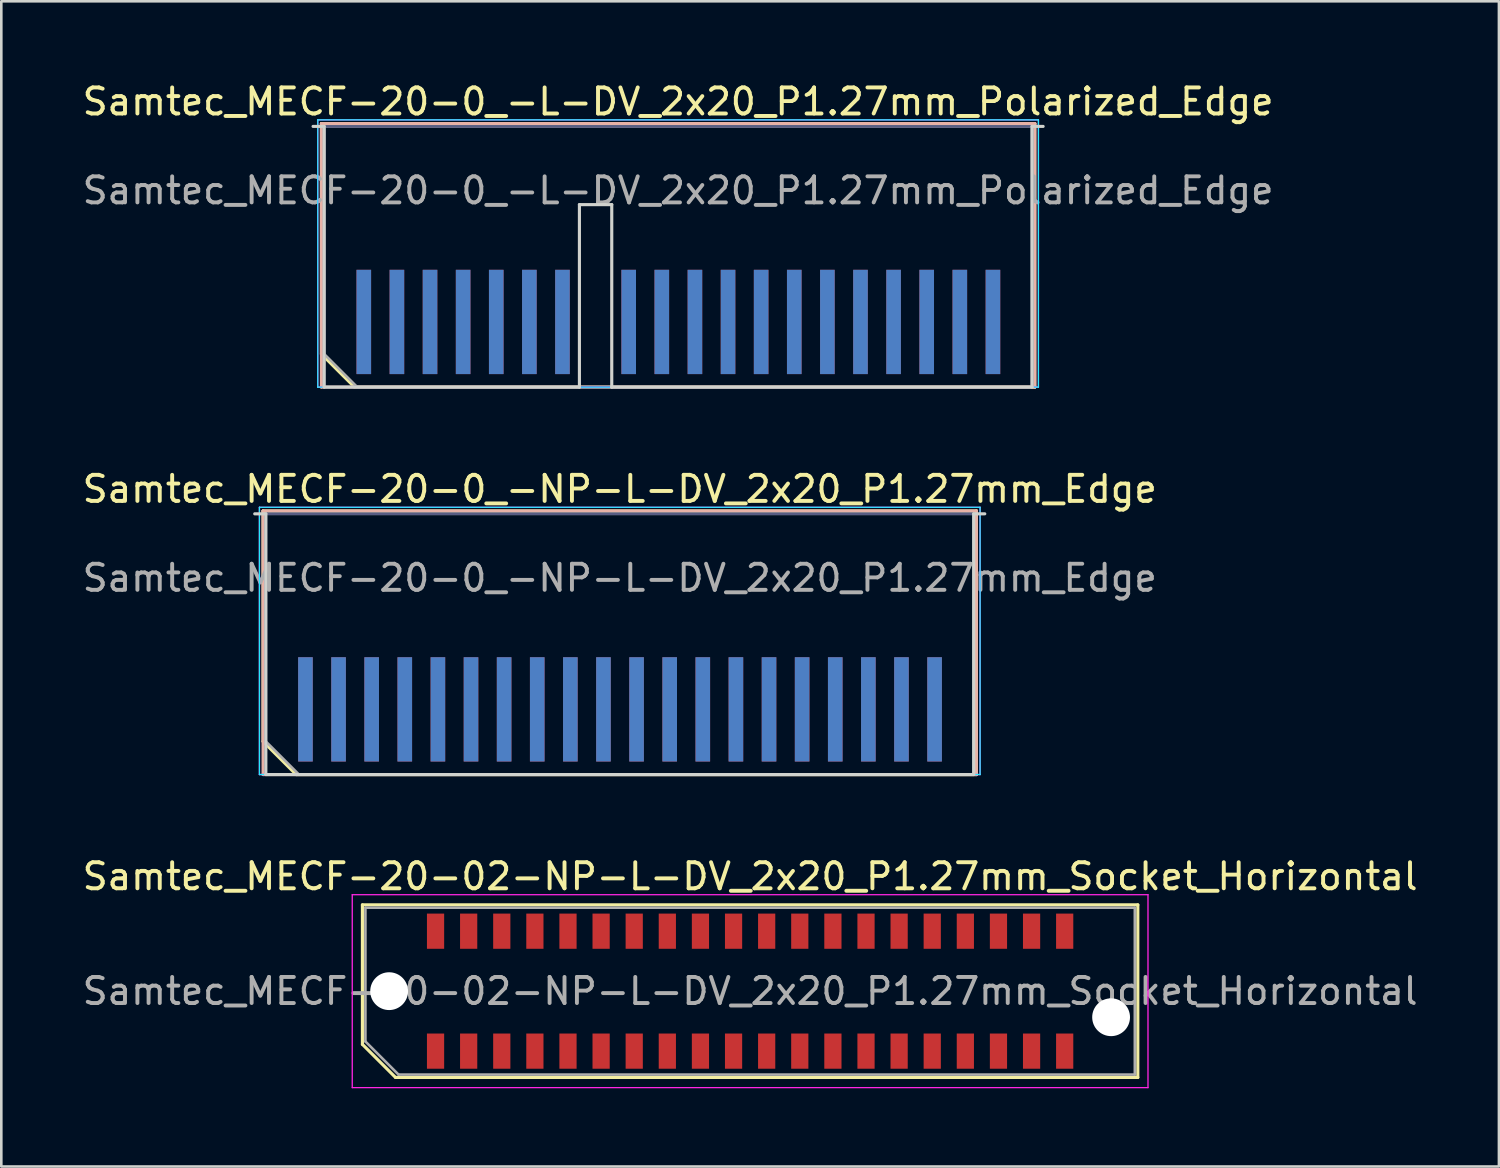
<source format=kicad_pcb>
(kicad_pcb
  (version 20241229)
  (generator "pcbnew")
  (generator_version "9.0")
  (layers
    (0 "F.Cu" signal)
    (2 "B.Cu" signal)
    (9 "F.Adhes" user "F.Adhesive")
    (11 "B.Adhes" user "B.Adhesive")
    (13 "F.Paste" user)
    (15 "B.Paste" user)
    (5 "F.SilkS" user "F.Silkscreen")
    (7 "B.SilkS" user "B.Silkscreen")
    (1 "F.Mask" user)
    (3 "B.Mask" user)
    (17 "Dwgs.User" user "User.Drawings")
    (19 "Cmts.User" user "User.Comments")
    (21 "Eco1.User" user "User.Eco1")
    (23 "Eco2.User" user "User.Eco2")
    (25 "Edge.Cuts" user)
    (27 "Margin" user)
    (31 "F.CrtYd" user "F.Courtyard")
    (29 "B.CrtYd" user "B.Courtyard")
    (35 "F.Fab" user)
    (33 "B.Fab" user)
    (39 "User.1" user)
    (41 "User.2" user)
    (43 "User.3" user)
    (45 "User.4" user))
  (footprint "Samtec_MECF-20-02-NP-L-DV_2x20_P1.27mm_Socket_Horizontal"
    (layer "F.Cu")
    (at 25.72 34.965)
    (property "Reference" "Samtec_MECF-20-02-NP-L-DV_2x20_P1.27mm_Socket_Horizontal" (at 0 -4.4 0) (layer "F.SilkS") (effects (font (size 1 1) (thickness 0.15))))
    (attr smd)
    (fp_line (start -14.87 -3.31) (end 14.87 -3.31) (stroke (width 0.12) (type solid)) (layer "F.SilkS"))
    (fp_line (start -14.87 2.04) (end -14.87 -3.31) (stroke (width 0.12) (type solid)) (layer "F.SilkS"))
    (fp_line (start -13.6 3.31) (end -14.87 2.04) (stroke (width 0.12) (type solid)) (layer "F.SilkS"))
    (fp_line (start -13.6 3.31) (end 14.87 3.31) (stroke (width 0.12) (type solid)) (layer "F.SilkS"))
    (fp_line (start 14.87 3.31) (end 14.87 -3.31) (stroke (width 0.12) (type solid)) (layer "F.SilkS"))
    (fp_line (start -15.26 -3.7) (end -15.26 3.7) (stroke (width 0.05) (type solid)) (layer "F.CrtYd"))
    (fp_line (start -15.26 3.7) (end 15.26 3.7) (stroke (width 0.05) (type solid)) (layer "F.CrtYd"))
    (fp_line (start 15.26 -3.7) (end -15.26 -3.7) (stroke (width 0.05) (type solid)) (layer "F.CrtYd"))
    (fp_line (start 15.26 3.7) (end 15.26 -3.7) (stroke (width 0.05) (type solid)) (layer "F.CrtYd"))
    (fp_line (start -14.755 -3.2) (end 14.755 -3.2) (stroke (width 0.1) (type solid)) (layer "F.Fab"))
    (fp_line (start -14.755 1.93) (end -14.755 -3.2) (stroke (width 0.1) (type solid)) (layer "F.Fab"))
    (fp_line (start -14.755 1.93) (end -13.485 3.2) (stroke (width 0.1) (type solid)) (layer "F.Fab"))
    (fp_line (start -13.485 3.2) (end 14.755 3.2) (stroke (width 0.1) (type solid)) (layer "F.Fab"))
    (fp_line (start 14.755 3.2) (end 14.755 -3.2) (stroke (width 0.1) (type solid)) (layer "F.Fab"))
    (fp_text user "${REFERENCE}" (at 0 0 0) (layer "F.Fab") (effects (font (size 1 1) (thickness 0.15))))
    (pad "" np_thru_hole circle (at -13.845 0) (size 1.45 1.45) (drill 1.45) (layers "*.Cu" "*.Mask"))
    (pad "" np_thru_hole circle (at 13.845 1) (size 1.45 1.45) (drill 1.45) (layers "*.Cu" "*.Mask"))
    (pad "1" smd rect (at -12.065 2.3) (size 0.66 1.35) (layers "F.Cu" "F.Mask" "F.Paste"))
    (pad "2" smd rect (at -12.065 -2.3) (size 0.66 1.35) (layers "F.Cu" "F.Mask" "F.Paste"))
    (pad "3" smd rect (at -10.795 2.3) (size 0.66 1.35) (layers "F.Cu" "F.Mask" "F.Paste"))
    (pad "4" smd rect (at -10.795 -2.3) (size 0.66 1.35) (layers "F.Cu" "F.Mask" "F.Paste"))
    (pad "5" smd rect (at -9.525 2.3) (size 0.66 1.35) (layers "F.Cu" "F.Mask" "F.Paste"))
    (pad "6" smd rect (at -9.525 -2.3) (size 0.66 1.35) (layers "F.Cu" "F.Mask" "F.Paste"))
    (pad "7" smd rect (at -8.255 2.3) (size 0.66 1.35) (layers "F.Cu" "F.Mask" "F.Paste"))
    (pad "8" smd rect (at -8.255 -2.3) (size 0.66 1.35) (layers "F.Cu" "F.Mask" "F.Paste"))
    (pad "9" smd rect (at -6.985 2.3) (size 0.66 1.35) (layers "F.Cu" "F.Mask" "F.Paste"))
    (pad "10" smd rect (at -6.985 -2.3) (size 0.66 1.35) (layers "F.Cu" "F.Mask" "F.Paste"))
    (pad "11" smd rect (at -5.715 2.3) (size 0.66 1.35) (layers "F.Cu" "F.Mask" "F.Paste"))
    (pad "12" smd rect (at -5.715 -2.3) (size 0.66 1.35) (layers "F.Cu" "F.Mask" "F.Paste"))
    (pad "13" smd rect (at -4.445 2.3) (size 0.66 1.35) (layers "F.Cu" "F.Mask" "F.Paste"))
    (pad "14" smd rect (at -4.445 -2.3) (size 0.66 1.35) (layers "F.Cu" "F.Mask" "F.Paste"))
    (pad "15" smd rect (at -3.175 2.3) (size 0.66 1.35) (layers "F.Cu" "F.Mask" "F.Paste"))
    (pad "16" smd rect (at -3.175 -2.3) (size 0.66 1.35) (layers "F.Cu" "F.Mask" "F.Paste"))
    (pad "17" smd rect (at -1.905 2.3) (size 0.66 1.35) (layers "F.Cu" "F.Mask" "F.Paste"))
    (pad "18" smd rect (at -1.905 -2.3) (size 0.66 1.35) (layers "F.Cu" "F.Mask" "F.Paste"))
    (pad "19" smd rect (at -0.635 2.3) (size 0.66 1.35) (layers "F.Cu" "F.Mask" "F.Paste"))
    (pad "20" smd rect (at -0.635 -2.3) (size 0.66 1.35) (layers "F.Cu" "F.Mask" "F.Paste"))
    (pad "21" smd rect (at 0.635 2.3) (size 0.66 1.35) (layers "F.Cu" "F.Mask" "F.Paste"))
    (pad "22" smd rect (at 0.635 -2.3) (size 0.66 1.35) (layers "F.Cu" "F.Mask" "F.Paste"))
    (pad "23" smd rect (at 1.905 2.3) (size 0.66 1.35) (layers "F.Cu" "F.Mask" "F.Paste"))
    (pad "24" smd rect (at 1.905 -2.3) (size 0.66 1.35) (layers "F.Cu" "F.Mask" "F.Paste"))
    (pad "25" smd rect (at 3.175 2.3) (size 0.66 1.35) (layers "F.Cu" "F.Mask" "F.Paste"))
    (pad "26" smd rect (at 3.175 -2.3) (size 0.66 1.35) (layers "F.Cu" "F.Mask" "F.Paste"))
    (pad "27" smd rect (at 4.445 2.3) (size 0.66 1.35) (layers "F.Cu" "F.Mask" "F.Paste"))
    (pad "28" smd rect (at 4.445 -2.3) (size 0.66 1.35) (layers "F.Cu" "F.Mask" "F.Paste"))
    (pad "29" smd rect (at 5.715 2.3) (size 0.66 1.35) (layers "F.Cu" "F.Mask" "F.Paste"))
    (pad "30" smd rect (at 5.715 -2.3) (size 0.66 1.35) (layers "F.Cu" "F.Mask" "F.Paste"))
    (pad "31" smd rect (at 6.985 2.3) (size 0.66 1.35) (layers "F.Cu" "F.Mask" "F.Paste"))
    (pad "32" smd rect (at 6.985 -2.3) (size 0.66 1.35) (layers "F.Cu" "F.Mask" "F.Paste"))
    (pad "33" smd rect (at 8.255 2.3) (size 0.66 1.35) (layers "F.Cu" "F.Mask" "F.Paste"))
    (pad "34" smd rect (at 8.255 -2.3) (size 0.66 1.35) (layers "F.Cu" "F.Mask" "F.Paste"))
    (pad "35" smd rect (at 9.525 2.3) (size 0.66 1.35) (layers "F.Cu" "F.Mask" "F.Paste"))
    (pad "36" smd rect (at 9.525 -2.3) (size 0.66 1.35) (layers "F.Cu" "F.Mask" "F.Paste"))
    (pad "37" smd rect (at 10.795 2.3) (size 0.66 1.35) (layers "F.Cu" "F.Mask" "F.Paste"))
    (pad "38" smd rect (at 10.795 -2.3) (size 0.66 1.35) (layers "F.Cu" "F.Mask" "F.Paste"))
    (pad "39" smd rect (at 12.065 2.3) (size 0.66 1.35) (layers "F.Cu" "F.Mask" "F.Paste"))
    (pad "40" smd rect (at 12.065 -2.3) (size 0.66 1.35) (layers "F.Cu" "F.Mask" "F.Paste")))
  (footprint "Samtec_MECF-20-0_-L-DV_2x20_P1.27mm_Polarized_Edge"
    (layer "F.Cu")
    (at 22.958 6.798)
    (property "Reference" "Samtec_MECF-20-0_-L-DV_2x20_P1.27mm_Polarized_Edge" (at 0 -5.95 0) (layer "F.SilkS") (effects (font (size 1 1) (thickness 0.15))))
    (attr exclude_from_pos_files exclude_from_bom)
    (fp_line (start -13.68 -5.11) (end 13.68 -5.11) (stroke (width 0.12) (type solid)) (layer "F.SilkS"))
    (fp_line (start -13.68 3.73) (end -13.68 -5.11) (stroke (width 0.12) (type solid)) (layer "F.SilkS"))
    (fp_line (start -12.41 5) (end -13.68 3.73) (stroke (width 0.12) (type solid)) (layer "F.SilkS"))
    (fp_line (start -12.41 5) (end 13.68 5) (stroke (width 0.12) (type solid)) (layer "F.SilkS"))
    (fp_line (start 13.68 5) (end 13.68 -5.11) (stroke (width 0.12) (type solid)) (layer "F.SilkS"))
    (fp_line (start -13.68 -5.11) (end 13.68 -5.11) (stroke (width 0.12) (type solid)) (layer "B.SilkS"))
    (fp_line (start -13.68 5) (end -13.68 -5.11) (stroke (width 0.12) (type solid)) (layer "B.SilkS"))
    (fp_line (start -13.68 5) (end 13.68 5) (stroke (width 0.12) (type solid)) (layer "B.SilkS"))
    (fp_line (start 13.68 5) (end 13.68 -5.11) (stroke (width 0.12) (type solid)) (layer "B.SilkS"))
    (fp_line (start -14 -5) (end -13.575 -5) (stroke (width 0.12) (type solid)) (layer "Edge.Cuts"))
    (fp_line (start -13.575 5) (end -13.575 -5) (stroke (width 0.12) (type solid)) (layer "Edge.Cuts"))
    (fp_line (start -13.575 5) (end -3.785 5) (stroke (width 0.12) (type solid)) (layer "Edge.Cuts"))
    (fp_line (start -3.785 -2) (end -2.545 -2) (stroke (width 0.12) (type solid)) (layer "Edge.Cuts"))
    (fp_line (start -3.785 5) (end -3.785 -2) (stroke (width 0.12) (type solid)) (layer "Edge.Cuts"))
    (fp_line (start -2.545 5) (end -2.545 -2) (stroke (width 0.12) (type solid)) (layer "Edge.Cuts"))
    (fp_line (start -2.545 5) (end 13.575 5) (stroke (width 0.12) (type solid)) (layer "Edge.Cuts"))
    (fp_line (start 13.575 5) (end 13.575 -5) (stroke (width 0.12) (type solid)) (layer "Edge.Cuts"))
    (fp_line (start 14 -5) (end 13.575 -5) (stroke (width 0.12) (type solid)) (layer "Edge.Cuts"))
    (fp_line (start -13.82 -5.25) (end -13.82 5) (stroke (width 0.05) (type solid)) (layer "B.CrtYd"))
    (fp_line (start -13.82 5) (end 13.82 5) (stroke (width 0.05) (type solid)) (layer "B.CrtYd"))
    (fp_line (start 13.82 -5.25) (end -13.82 -5.25) (stroke (width 0.05) (type solid)) (layer "B.CrtYd"))
    (fp_line (start 13.82 5) (end 13.82 -5.25) (stroke (width 0.05) (type solid)) (layer "B.CrtYd"))
    (fp_line (start -13.82 -5.25) (end -13.82 5) (stroke (width 0.05) (type solid)) (layer "F.CrtYd"))
    (fp_line (start -13.82 5) (end 13.82 5) (stroke (width 0.05) (type solid)) (layer "F.CrtYd"))
    (fp_line (start 13.82 -5.25) (end -13.82 -5.25) (stroke (width 0.05) (type solid)) (layer "F.CrtYd"))
    (fp_line (start 13.82 5) (end 13.82 -5.25) (stroke (width 0.05) (type solid)) (layer "F.CrtYd"))
    (fp_line (start -13.575 -5) (end 13.575 -5) (stroke (width 0.1) (type solid)) (layer "B.Fab"))
    (fp_line (start -13.575 5) (end -13.575 -5) (stroke (width 0.1) (type solid)) (layer "B.Fab"))
    (fp_line (start -13.575 5) (end 13.575 5) (stroke (width 0.1) (type solid)) (layer "B.Fab"))
    (fp_line (start 13.575 5) (end 13.575 -5) (stroke (width 0.1) (type solid)) (layer "B.Fab"))
    (fp_line (start -13.575 -5) (end 13.575 -5) (stroke (width 0.1) (type solid)) (layer "F.Fab"))
    (fp_line (start -13.575 3.73) (end -13.575 -5) (stroke (width 0.1) (type solid)) (layer "F.Fab"))
    (fp_line (start -13.575 3.73) (end -12.305 5) (stroke (width 0.1) (type solid)) (layer "F.Fab"))
    (fp_line (start -12.305 5) (end 13.575 5) (stroke (width 0.1) (type solid)) (layer "F.Fab"))
    (fp_line (start 13.575 5) (end 13.575 -5) (stroke (width 0.1) (type solid)) (layer "F.Fab"))
    (fp_text user "${REFERENCE}" (at 0 -2.54 0) (layer "F.Fab") (effects (font (size 1 1) (thickness 0.15))))
    (pad "1" connect rect (at -12.055 2.5) (size 0.56 4) (layers "F.Cu" "F.Mask"))
    (pad "2" connect rect (at -12.055 2.5) (size 0.56 4) (layers "B.Cu" "B.Mask"))
    (pad "3" connect rect (at -10.785 2.5) (size 0.56 4) (layers "F.Cu" "F.Mask"))
    (pad "4" connect rect (at -10.785 2.5) (size 0.56 4) (layers "B.Cu" "B.Mask"))
    (pad "5" connect rect (at -9.515 2.5) (size 0.56 4) (layers "F.Cu" "F.Mask"))
    (pad "6" connect rect (at -9.515 2.5) (size 0.56 4) (layers "B.Cu" "B.Mask"))
    (pad "7" connect rect (at -8.245 2.5) (size 0.56 4) (layers "F.Cu" "F.Mask"))
    (pad "8" connect rect (at -8.245 2.5) (size 0.56 4) (layers "B.Cu" "B.Mask"))
    (pad "9" connect rect (at -6.975 2.5) (size 0.56 4) (layers "F.Cu" "F.Mask"))
    (pad "10" connect rect (at -6.975 2.5) (size 0.56 4) (layers "B.Cu" "B.Mask"))
    (pad "11" connect rect (at -5.705 2.5) (size 0.56 4) (layers "F.Cu" "F.Mask"))
    (pad "12" connect rect (at -5.705 2.5) (size 0.56 4) (layers "B.Cu" "B.Mask"))
    (pad "13" connect rect (at -4.435 2.5) (size 0.56 4) (layers "F.Cu" "F.Mask"))
    (pad "14" connect rect (at -4.435 2.5) (size 0.56 4) (layers "B.Cu" "B.Mask"))
    (pad "17" connect rect (at -1.895 2.5) (size 0.56 4) (layers "F.Cu" "F.Mask"))
    (pad "18" connect rect (at -1.895 2.5) (size 0.56 4) (layers "B.Cu" "B.Mask"))
    (pad "19" connect rect (at -0.625 2.5) (size 0.56 4) (layers "F.Cu" "F.Mask"))
    (pad "20" connect rect (at -0.625 2.5) (size 0.56 4) (layers "B.Cu" "B.Mask"))
    (pad "21" connect rect (at 0.645 2.5) (size 0.56 4) (layers "F.Cu" "F.Mask"))
    (pad "22" connect rect (at 0.645 2.5) (size 0.56 4) (layers "B.Cu" "B.Mask"))
    (pad "23" connect rect (at 1.915 2.5) (size 0.56 4) (layers "F.Cu" "F.Mask"))
    (pad "24" connect rect (at 1.915 2.5) (size 0.56 4) (layers "B.Cu" "B.Mask"))
    (pad "25" connect rect (at 3.185 2.5) (size 0.56 4) (layers "F.Cu" "F.Mask"))
    (pad "26" connect rect (at 3.185 2.5) (size 0.56 4) (layers "B.Cu" "B.Mask"))
    (pad "27" connect rect (at 4.455 2.5) (size 0.56 4) (layers "F.Cu" "F.Mask"))
    (pad "28" connect rect (at 4.455 2.5) (size 0.56 4) (layers "B.Cu" "B.Mask"))
    (pad "29" connect rect (at 5.725 2.5) (size 0.56 4) (layers "F.Cu" "F.Mask"))
    (pad "30" connect rect (at 5.725 2.5) (size 0.56 4) (layers "B.Cu" "B.Mask"))
    (pad "31" connect rect (at 6.995 2.5) (size 0.56 4) (layers "F.Cu" "F.Mask"))
    (pad "32" connect rect (at 6.995 2.5) (size 0.56 4) (layers "B.Cu" "B.Mask"))
    (pad "33" connect rect (at 8.265 2.5) (size 0.56 4) (layers "F.Cu" "F.Mask"))
    (pad "34" connect rect (at 8.265 2.5) (size 0.56 4) (layers "B.Cu" "B.Mask"))
    (pad "35" connect rect (at 9.535 2.5) (size 0.56 4) (layers "F.Cu" "F.Mask"))
    (pad "36" connect rect (at 9.535 2.5) (size 0.56 4) (layers "B.Cu" "B.Mask"))
    (pad "37" connect rect (at 10.805 2.5) (size 0.56 4) (layers "F.Cu" "F.Mask"))
    (pad "38" connect rect (at 10.805 2.5) (size 0.56 4) (layers "B.Cu" "B.Mask"))
    (pad "39" connect rect (at 12.075 2.5) (size 0.56 4) (layers "F.Cu" "F.Mask"))
    (pad "40" connect rect (at 12.075 2.5) (size 0.56 4) (layers "B.Cu" "B.Mask")))
  (footprint "Samtec_MECF-20-0_-NP-L-DV_2x20_P1.27mm_Edge"
    (layer "F.Cu")
    (at 20.72 21.657)
    (property "Reference" "Samtec_MECF-20-0_-NP-L-DV_2x20_P1.27mm_Edge" (at 0 -5.95 0) (layer "F.SilkS") (effects (font (size 1 1) (thickness 0.15))))
    (attr exclude_from_pos_files exclude_from_bom)
    (fp_line (start -13.68 -5.11) (end 13.68 -5.11) (stroke (width 0.12) (type solid)) (layer "F.SilkS"))
    (fp_line (start -13.68 3.73) (end -13.68 -5.11) (stroke (width 0.12) (type solid)) (layer "F.SilkS"))
    (fp_line (start -12.41 5) (end -13.68 3.73) (stroke (width 0.12) (type solid)) (layer "F.SilkS"))
    (fp_line (start -12.41 5) (end 13.68 5) (stroke (width 0.12) (type solid)) (layer "F.SilkS"))
    (fp_line (start 13.68 5) (end 13.68 -5.11) (stroke (width 0.12) (type solid)) (layer "F.SilkS"))
    (fp_line (start -13.68 -5.11) (end 13.68 -5.11) (stroke (width 0.12) (type solid)) (layer "B.SilkS"))
    (fp_line (start -13.68 5) (end -13.68 -5.11) (stroke (width 0.12) (type solid)) (layer "B.SilkS"))
    (fp_line (start -13.68 5) (end 13.68 5) (stroke (width 0.12) (type solid)) (layer "B.SilkS"))
    (fp_line (start 13.68 5) (end 13.68 -5.11) (stroke (width 0.12) (type solid)) (layer "B.SilkS"))
    (fp_line (start -14 -5) (end -13.575 -5) (stroke (width 0.12) (type solid)) (layer "Edge.Cuts"))
    (fp_line (start -13.575 5) (end -13.575 -5) (stroke (width 0.12) (type solid)) (layer "Edge.Cuts"))
    (fp_line (start -13.575 5) (end 13.575 5) (stroke (width 0.12) (type solid)) (layer "Edge.Cuts"))
    (fp_line (start 13.575 5) (end 13.575 -5) (stroke (width 0.12) (type solid)) (layer "Edge.Cuts"))
    (fp_line (start 14 -5) (end 13.575 -5) (stroke (width 0.12) (type solid)) (layer "Edge.Cuts"))
    (fp_line (start -13.82 -5.25) (end -13.82 5) (stroke (width 0.05) (type solid)) (layer "B.CrtYd"))
    (fp_line (start -13.82 5) (end 13.82 5) (stroke (width 0.05) (type solid)) (layer "B.CrtYd"))
    (fp_line (start 13.82 -5.25) (end -13.82 -5.25) (stroke (width 0.05) (type solid)) (layer "B.CrtYd"))
    (fp_line (start 13.82 5) (end 13.82 -5.25) (stroke (width 0.05) (type solid)) (layer "B.CrtYd"))
    (fp_line (start -13.82 -5.25) (end -13.82 5) (stroke (width 0.05) (type solid)) (layer "F.CrtYd"))
    (fp_line (start -13.82 5) (end 13.82 5) (stroke (width 0.05) (type solid)) (layer "F.CrtYd"))
    (fp_line (start 13.82 -5.25) (end -13.82 -5.25) (stroke (width 0.05) (type solid)) (layer "F.CrtYd"))
    (fp_line (start 13.82 5) (end 13.82 -5.25) (stroke (width 0.05) (type solid)) (layer "F.CrtYd"))
    (fp_line (start -13.575 -5) (end 13.575 -5) (stroke (width 0.1) (type solid)) (layer "B.Fab"))
    (fp_line (start -13.575 5) (end -13.575 -5) (stroke (width 0.1) (type solid)) (layer "B.Fab"))
    (fp_line (start -13.575 5) (end 13.575 5) (stroke (width 0.1) (type solid)) (layer "B.Fab"))
    (fp_line (start 13.575 5) (end 13.575 -5) (stroke (width 0.1) (type solid)) (layer "B.Fab"))
    (fp_line (start -13.575 -5) (end 13.575 -5) (stroke (width 0.1) (type solid)) (layer "F.Fab"))
    (fp_line (start -13.575 3.73) (end -13.575 -5) (stroke (width 0.1) (type solid)) (layer "F.Fab"))
    (fp_line (start -13.575 3.73) (end -12.305 5) (stroke (width 0.1) (type solid)) (layer "F.Fab"))
    (fp_line (start -12.305 5) (end 13.575 5) (stroke (width 0.1) (type solid)) (layer "F.Fab"))
    (fp_line (start 13.575 5) (end 13.575 -5) (stroke (width 0.1) (type solid)) (layer "F.Fab"))
    (fp_text user "${REFERENCE}" (at 0 -2.54 0) (layer "F.Fab") (effects (font (size 1 1) (thickness 0.15))))
    (pad "1" connect rect (at -12.055 2.5) (size 0.56 4) (layers "F.Cu" "F.Mask"))
    (pad "2" connect rect (at -12.055 2.5) (size 0.56 4) (layers "B.Cu" "B.Mask"))
    (pad "3" connect rect (at -10.785 2.5) (size 0.56 4) (layers "F.Cu" "F.Mask"))
    (pad "4" connect rect (at -10.785 2.5) (size 0.56 4) (layers "B.Cu" "B.Mask"))
    (pad "5" connect rect (at -9.515 2.5) (size 0.56 4) (layers "F.Cu" "F.Mask"))
    (pad "6" connect rect (at -9.515 2.5) (size 0.56 4) (layers "B.Cu" "B.Mask"))
    (pad "7" connect rect (at -8.245 2.5) (size 0.56 4) (layers "F.Cu" "F.Mask"))
    (pad "8" connect rect (at -8.245 2.5) (size 0.56 4) (layers "B.Cu" "B.Mask"))
    (pad "9" connect rect (at -6.975 2.5) (size 0.56 4) (layers "F.Cu" "F.Mask"))
    (pad "10" connect rect (at -6.975 2.5) (size 0.56 4) (layers "B.Cu" "B.Mask"))
    (pad "11" connect rect (at -5.705 2.5) (size 0.56 4) (layers "F.Cu" "F.Mask"))
    (pad "12" connect rect (at -5.705 2.5) (size 0.56 4) (layers "B.Cu" "B.Mask"))
    (pad "13" connect rect (at -4.435 2.5) (size 0.56 4) (layers "F.Cu" "F.Mask"))
    (pad "14" connect rect (at -4.435 2.5) (size 0.56 4) (layers "B.Cu" "B.Mask"))
    (pad "15" connect rect (at -3.165 2.5) (size 0.56 4) (layers "F.Cu" "F.Mask"))
    (pad "16" connect rect (at -3.165 2.5) (size 0.56 4) (layers "B.Cu" "B.Mask"))
    (pad "17" connect rect (at -1.895 2.5) (size 0.56 4) (layers "F.Cu" "F.Mask"))
    (pad "18" connect rect (at -1.895 2.5) (size 0.56 4) (layers "B.Cu" "B.Mask"))
    (pad "19" connect rect (at -0.625 2.5) (size 0.56 4) (layers "F.Cu" "F.Mask"))
    (pad "20" connect rect (at -0.625 2.5) (size 0.56 4) (layers "B.Cu" "B.Mask"))
    (pad "21" connect rect (at 0.645 2.5) (size 0.56 4) (layers "F.Cu" "F.Mask"))
    (pad "22" connect rect (at 0.645 2.5) (size 0.56 4) (layers "B.Cu" "B.Mask"))
    (pad "23" connect rect (at 1.915 2.5) (size 0.56 4) (layers "F.Cu" "F.Mask"))
    (pad "24" connect rect (at 1.915 2.5) (size 0.56 4) (layers "B.Cu" "B.Mask"))
    (pad "25" connect rect (at 3.185 2.5) (size 0.56 4) (layers "F.Cu" "F.Mask"))
    (pad "26" connect rect (at 3.185 2.5) (size 0.56 4) (layers "B.Cu" "B.Mask"))
    (pad "27" connect rect (at 4.455 2.5) (size 0.56 4) (layers "F.Cu" "F.Mask"))
    (pad "28" connect rect (at 4.455 2.5) (size 0.56 4) (layers "B.Cu" "B.Mask"))
    (pad "29" connect rect (at 5.725 2.5) (size 0.56 4) (layers "F.Cu" "F.Mask"))
    (pad "30" connect rect (at 5.725 2.5) (size 0.56 4) (layers "B.Cu" "B.Mask"))
    (pad "31" connect rect (at 6.995 2.5) (size 0.56 4) (layers "F.Cu" "F.Mask"))
    (pad "32" connect rect (at 6.995 2.5) (size 0.56 4) (layers "B.Cu" "B.Mask"))
    (pad "33" connect rect (at 8.265 2.5) (size 0.56 4) (layers "F.Cu" "F.Mask"))
    (pad "34" connect rect (at 8.265 2.5) (size 0.56 4) (layers "B.Cu" "B.Mask"))
    (pad "35" connect rect (at 9.535 2.5) (size 0.56 4) (layers "F.Cu" "F.Mask"))
    (pad "36" connect rect (at 9.535 2.5) (size 0.56 4) (layers "B.Cu" "B.Mask"))
    (pad "37" connect rect (at 10.805 2.5) (size 0.56 4) (layers "F.Cu" "F.Mask"))
    (pad "38" connect rect (at 10.805 2.5) (size 0.56 4) (layers "B.Cu" "B.Mask"))
    (pad "39" connect rect (at 12.075 2.5) (size 0.56 4) (layers "F.Cu" "F.Mask"))
    (pad "40" connect rect (at 12.075 2.5) (size 0.56 4) (layers "B.Cu" "B.Mask")))
  (gr_rect
    (start -3 -3)
    (end 54.44 41.69)
    (stroke (width 0.1) (type default))
    (fill no)
    (layer "Edge.Cuts")))
</source>
